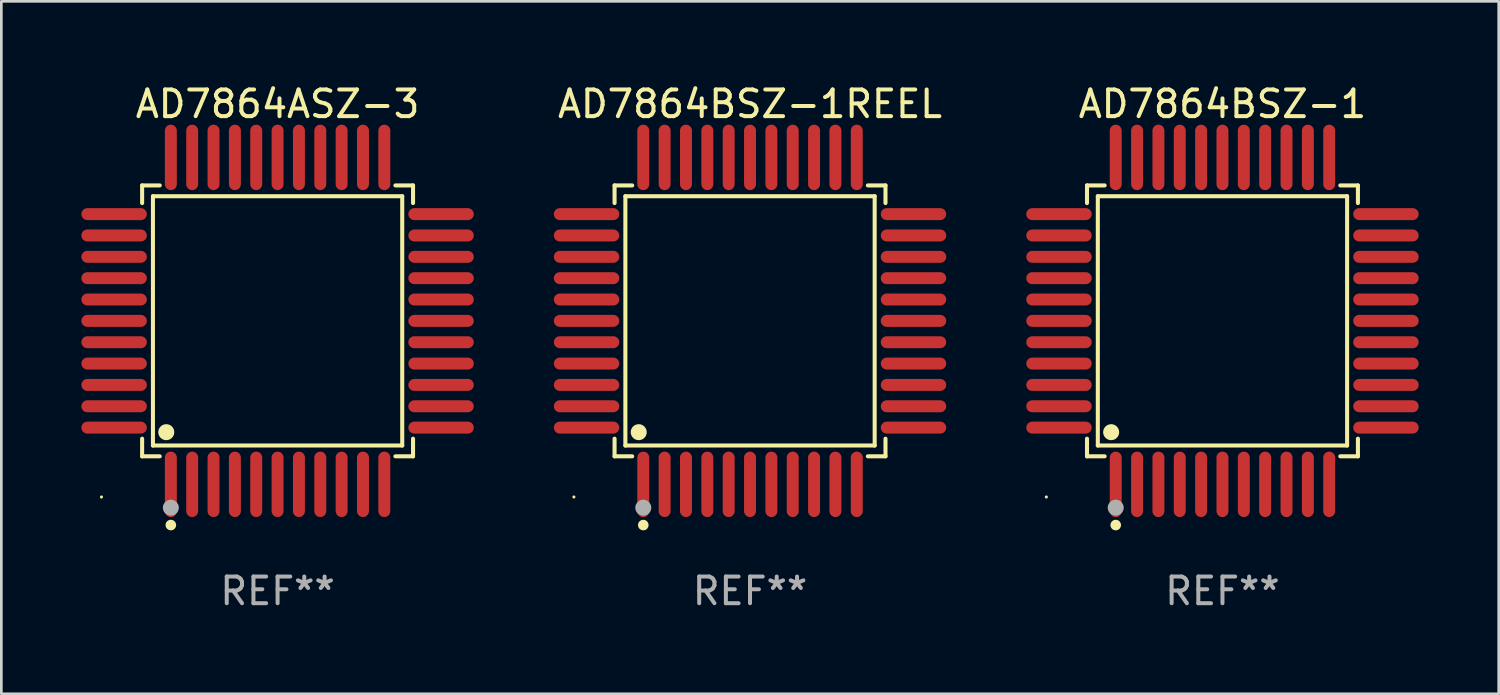
<source format=kicad_pcb>
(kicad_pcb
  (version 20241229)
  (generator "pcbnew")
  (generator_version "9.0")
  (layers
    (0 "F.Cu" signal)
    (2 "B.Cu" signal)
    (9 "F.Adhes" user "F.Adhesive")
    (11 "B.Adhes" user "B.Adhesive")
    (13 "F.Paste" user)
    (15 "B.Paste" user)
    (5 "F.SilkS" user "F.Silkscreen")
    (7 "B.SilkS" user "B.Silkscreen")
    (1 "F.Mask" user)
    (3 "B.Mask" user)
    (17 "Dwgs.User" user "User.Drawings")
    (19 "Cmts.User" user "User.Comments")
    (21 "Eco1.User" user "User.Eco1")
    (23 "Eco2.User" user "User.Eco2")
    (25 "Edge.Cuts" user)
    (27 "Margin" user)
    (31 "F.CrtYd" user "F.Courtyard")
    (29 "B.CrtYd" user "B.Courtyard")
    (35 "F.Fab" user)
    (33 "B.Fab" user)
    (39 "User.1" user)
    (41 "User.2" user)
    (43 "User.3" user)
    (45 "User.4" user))
  (footprint "AD7864BSZ-1REEL"
    (layer "F.Cu")
    (at 25.056 8.974)
    (property "Reference" "AD7864BSZ-1REEL" (at 0 -8.126 0) (layer "F.SilkS") (effects (font (size 1 1) (thickness 0.15))))
    (attr through_hole)
    (fp_line (start -5.076 -5.076) (end -4.415 -5.076) (stroke (width 0.152) (type solid)) (layer "F.SilkS"))
    (fp_line (start -5.076 -4.415) (end -5.076 -5.076) (stroke (width 0.152) (type solid)) (layer "F.SilkS"))
    (fp_line (start -5.076 4.415) (end -5.076 5.076) (stroke (width 0.152) (type solid)) (layer "F.SilkS"))
    (fp_line (start -5.076 5.076) (end -4.415 5.076) (stroke (width 0.152) (type solid)) (layer "F.SilkS"))
    (fp_line (start -4.671 -4.671) (end 4.671 -4.671) (stroke (width 0.152) (type solid)) (layer "F.SilkS"))
    (fp_line (start -4.671 4.671) (end -4.671 -4.671) (stroke (width 0.152) (type solid)) (layer "F.SilkS"))
    (fp_line (start 4.671 -4.671) (end 4.671 4.671) (stroke (width 0.152) (type solid)) (layer "F.SilkS"))
    (fp_line (start 4.671 4.671) (end -4.671 4.671) (stroke (width 0.152) (type solid)) (layer "F.SilkS"))
    (fp_line (start 5.076 -5.076) (end 4.415 -5.076) (stroke (width 0.152) (type solid)) (layer "F.SilkS"))
    (fp_line (start 5.076 -4.415) (end 5.076 -5.076) (stroke (width 0.152) (type solid)) (layer "F.SilkS"))
    (fp_line (start 5.076 4.415) (end 5.076 5.076) (stroke (width 0.152) (type solid)) (layer "F.SilkS"))
    (fp_line (start 5.076 5.076) (end 4.415 5.076) (stroke (width 0.152) (type solid)) (layer "F.SilkS"))
    (fp_circle (center -6.6 6.6) (end -6.57 6.6) (stroke (width 0.06) (type solid)) (fill no) (layer "F.SilkS"))
    (fp_circle (center -4.171 4.171) (end -4.021 4.171) (stroke (width 0.3) (type solid)) (fill no) (layer "F.SilkS"))
    (fp_circle (center -4 7.652) (end -3.9 7.652) (stroke (width 0.2) (type solid)) (fill no) (layer "F.SilkS"))
    (fp_circle (center -4 7) (end -3.85 7) (stroke (width 0.3) (type solid)) (fill no) (layer "F.Fab"))
    (fp_text user "REF**" (at 0 10.126 0) (layer "F.Fab") (effects (font (size 1 1) (thickness 0.15))))
    (pad "1" smd oval (at -4 6.126) (size 0.448 2.452) (layers "F.Cu" "F.Mask" "F.Paste"))
    (pad "2" smd oval (at -3.2 6.126) (size 0.448 2.452) (layers "F.Cu" "F.Mask" "F.Paste"))
    (pad "3" smd oval (at -2.4 6.126) (size 0.448 2.452) (layers "F.Cu" "F.Mask" "F.Paste"))
    (pad "4" smd oval (at -1.6 6.126) (size 0.448 2.452) (layers "F.Cu" "F.Mask" "F.Paste"))
    (pad "5" smd oval (at -0.8 6.126) (size 0.448 2.452) (layers "F.Cu" "F.Mask" "F.Paste"))
    (pad "6" smd oval (at 0 6.126) (size 0.448 2.452) (layers "F.Cu" "F.Mask" "F.Paste"))
    (pad "7" smd oval (at 0.8 6.126) (size 0.448 2.452) (layers "F.Cu" "F.Mask" "F.Paste"))
    (pad "8" smd oval (at 1.6 6.126) (size 0.448 2.452) (layers "F.Cu" "F.Mask" "F.Paste"))
    (pad "9" smd oval (at 2.4 6.126) (size 0.448 2.452) (layers "F.Cu" "F.Mask" "F.Paste"))
    (pad "10" smd oval (at 3.2 6.126) (size 0.448 2.452) (layers "F.Cu" "F.Mask" "F.Paste"))
    (pad "11" smd oval (at 4 6.126) (size 0.448 2.452) (layers "F.Cu" "F.Mask" "F.Paste"))
    (pad "12" smd oval (at 6.126 4) (size 2.452 0.448) (layers "F.Cu" "F.Mask" "F.Paste"))
    (pad "13" smd oval (at 6.126 3.2) (size 2.452 0.448) (layers "F.Cu" "F.Mask" "F.Paste"))
    (pad "14" smd oval (at 6.126 2.4) (size 2.452 0.448) (layers "F.Cu" "F.Mask" "F.Paste"))
    (pad "15" smd oval (at 6.126 1.6) (size 2.452 0.448) (layers "F.Cu" "F.Mask" "F.Paste"))
    (pad "16" smd oval (at 6.126 0.8) (size 2.452 0.448) (layers "F.Cu" "F.Mask" "F.Paste"))
    (pad "17" smd oval (at 6.126 0) (size 2.452 0.448) (layers "F.Cu" "F.Mask" "F.Paste"))
    (pad "18" smd oval (at 6.126 -0.8) (size 2.452 0.448) (layers "F.Cu" "F.Mask" "F.Paste"))
    (pad "19" smd oval (at 6.126 -1.6) (size 2.452 0.448) (layers "F.Cu" "F.Mask" "F.Paste"))
    (pad "20" smd oval (at 6.126 -2.4) (size 2.452 0.448) (layers "F.Cu" "F.Mask" "F.Paste"))
    (pad "21" smd oval (at 6.126 -3.2) (size 2.452 0.448) (layers "F.Cu" "F.Mask" "F.Paste"))
    (pad "22" smd oval (at 6.126 -4) (size 2.452 0.448) (layers "F.Cu" "F.Mask" "F.Paste"))
    (pad "23" smd oval (at 4 -6.126) (size 0.448 2.452) (layers "F.Cu" "F.Mask" "F.Paste"))
    (pad "24" smd oval (at 3.2 -6.126) (size 0.448 2.452) (layers "F.Cu" "F.Mask" "F.Paste"))
    (pad "25" smd oval (at 2.4 -6.126) (size 0.448 2.452) (layers "F.Cu" "F.Mask" "F.Paste"))
    (pad "26" smd oval (at 1.6 -6.126) (size 0.448 2.452) (layers "F.Cu" "F.Mask" "F.Paste"))
    (pad "27" smd oval (at 0.8 -6.126) (size 0.448 2.452) (layers "F.Cu" "F.Mask" "F.Paste"))
    (pad "28" smd oval (at 0 -6.126) (size 0.448 2.452) (layers "F.Cu" "F.Mask" "F.Paste"))
    (pad "29" smd oval (at -0.8 -6.126) (size 0.448 2.452) (layers "F.Cu" "F.Mask" "F.Paste"))
    (pad "30" smd oval (at -1.6 -6.126) (size 0.448 2.452) (layers "F.Cu" "F.Mask" "F.Paste"))
    (pad "31" smd oval (at -2.4 -6.126) (size 0.448 2.452) (layers "F.Cu" "F.Mask" "F.Paste"))
    (pad "32" smd oval (at -3.2 -6.126) (size 0.448 2.452) (layers "F.Cu" "F.Mask" "F.Paste"))
    (pad "33" smd oval (at -4 -6.126) (size 0.448 2.452) (layers "F.Cu" "F.Mask" "F.Paste"))
    (pad "34" smd oval (at -6.126 -4) (size 2.452 0.448) (layers "F.Cu" "F.Mask" "F.Paste"))
    (pad "35" smd oval (at -6.126 -3.2) (size 2.452 0.448) (layers "F.Cu" "F.Mask" "F.Paste"))
    (pad "36" smd oval (at -6.126 -2.4) (size 2.452 0.448) (layers "F.Cu" "F.Mask" "F.Paste"))
    (pad "37" smd oval (at -6.126 -1.6) (size 2.452 0.448) (layers "F.Cu" "F.Mask" "F.Paste"))
    (pad "38" smd oval (at -6.126 -0.8) (size 2.452 0.448) (layers "F.Cu" "F.Mask" "F.Paste"))
    (pad "39" smd oval (at -6.126 0) (size 2.452 0.448) (layers "F.Cu" "F.Mask" "F.Paste"))
    (pad "40" smd oval (at -6.126 0.8) (size 2.452 0.448) (layers "F.Cu" "F.Mask" "F.Paste"))
    (pad "41" smd oval (at -6.126 1.6) (size 2.452 0.448) (layers "F.Cu" "F.Mask" "F.Paste"))
    (pad "42" smd oval (at -6.126 2.4) (size 2.452 0.448) (layers "F.Cu" "F.Mask" "F.Paste"))
    (pad "43" smd oval (at -6.126 3.2) (size 2.452 0.448) (layers "F.Cu" "F.Mask" "F.Paste"))
    (pad "44" smd oval (at -6.126 4) (size 2.452 0.448) (layers "F.Cu" "F.Mask" "F.Paste")))
  (footprint "AD7864BSZ-1"
    (layer "F.Cu")
    (at 42.76 8.974)
    (property "Reference" "AD7864BSZ-1" (at 0 -8.126 0) (layer "F.SilkS") (effects (font (size 1 1) (thickness 0.15))))
    (attr through_hole)
    (fp_line (start -5.076 -5.076) (end -4.415 -5.076) (stroke (width 0.152) (type solid)) (layer "F.SilkS"))
    (fp_line (start -5.076 -4.415) (end -5.076 -5.076) (stroke (width 0.152) (type solid)) (layer "F.SilkS"))
    (fp_line (start -5.076 4.415) (end -5.076 5.076) (stroke (width 0.152) (type solid)) (layer "F.SilkS"))
    (fp_line (start -5.076 5.076) (end -4.415 5.076) (stroke (width 0.152) (type solid)) (layer "F.SilkS"))
    (fp_line (start -4.671 -4.671) (end 4.671 -4.671) (stroke (width 0.152) (type solid)) (layer "F.SilkS"))
    (fp_line (start -4.671 4.671) (end -4.671 -4.671) (stroke (width 0.152) (type solid)) (layer "F.SilkS"))
    (fp_line (start 4.671 -4.671) (end 4.671 4.671) (stroke (width 0.152) (type solid)) (layer "F.SilkS"))
    (fp_line (start 4.671 4.671) (end -4.671 4.671) (stroke (width 0.152) (type solid)) (layer "F.SilkS"))
    (fp_line (start 5.076 -5.076) (end 4.415 -5.076) (stroke (width 0.152) (type solid)) (layer "F.SilkS"))
    (fp_line (start 5.076 -4.415) (end 5.076 -5.076) (stroke (width 0.152) (type solid)) (layer "F.SilkS"))
    (fp_line (start 5.076 4.415) (end 5.076 5.076) (stroke (width 0.152) (type solid)) (layer "F.SilkS"))
    (fp_line (start 5.076 5.076) (end 4.415 5.076) (stroke (width 0.152) (type solid)) (layer "F.SilkS"))
    (fp_circle (center -6.6 6.6) (end -6.57 6.6) (stroke (width 0.06) (type solid)) (fill no) (layer "F.SilkS"))
    (fp_circle (center -4.171 4.171) (end -4.021 4.171) (stroke (width 0.3) (type solid)) (fill no) (layer "F.SilkS"))
    (fp_circle (center -4 7.652) (end -3.9 7.652) (stroke (width 0.2) (type solid)) (fill no) (layer "F.SilkS"))
    (fp_circle (center -4 7) (end -3.85 7) (stroke (width 0.3) (type solid)) (fill no) (layer "F.Fab"))
    (fp_text user "REF**" (at 0 10.126 0) (layer "F.Fab") (effects (font (size 1 1) (thickness 0.15))))
    (pad "1" smd oval (at -4 6.126) (size 0.448 2.452) (layers "F.Cu" "F.Mask" "F.Paste"))
    (pad "2" smd oval (at -3.2 6.126) (size 0.448 2.452) (layers "F.Cu" "F.Mask" "F.Paste"))
    (pad "3" smd oval (at -2.4 6.126) (size 0.448 2.452) (layers "F.Cu" "F.Mask" "F.Paste"))
    (pad "4" smd oval (at -1.6 6.126) (size 0.448 2.452) (layers "F.Cu" "F.Mask" "F.Paste"))
    (pad "5" smd oval (at -0.8 6.126) (size 0.448 2.452) (layers "F.Cu" "F.Mask" "F.Paste"))
    (pad "6" smd oval (at 0 6.126) (size 0.448 2.452) (layers "F.Cu" "F.Mask" "F.Paste"))
    (pad "7" smd oval (at 0.8 6.126) (size 0.448 2.452) (layers "F.Cu" "F.Mask" "F.Paste"))
    (pad "8" smd oval (at 1.6 6.126) (size 0.448 2.452) (layers "F.Cu" "F.Mask" "F.Paste"))
    (pad "9" smd oval (at 2.4 6.126) (size 0.448 2.452) (layers "F.Cu" "F.Mask" "F.Paste"))
    (pad "10" smd oval (at 3.2 6.126) (size 0.448 2.452) (layers "F.Cu" "F.Mask" "F.Paste"))
    (pad "11" smd oval (at 4 6.126) (size 0.448 2.452) (layers "F.Cu" "F.Mask" "F.Paste"))
    (pad "12" smd oval (at 6.126 4) (size 2.452 0.448) (layers "F.Cu" "F.Mask" "F.Paste"))
    (pad "13" smd oval (at 6.126 3.2) (size 2.452 0.448) (layers "F.Cu" "F.Mask" "F.Paste"))
    (pad "14" smd oval (at 6.126 2.4) (size 2.452 0.448) (layers "F.Cu" "F.Mask" "F.Paste"))
    (pad "15" smd oval (at 6.126 1.6) (size 2.452 0.448) (layers "F.Cu" "F.Mask" "F.Paste"))
    (pad "16" smd oval (at 6.126 0.8) (size 2.452 0.448) (layers "F.Cu" "F.Mask" "F.Paste"))
    (pad "17" smd oval (at 6.126 0) (size 2.452 0.448) (layers "F.Cu" "F.Mask" "F.Paste"))
    (pad "18" smd oval (at 6.126 -0.8) (size 2.452 0.448) (layers "F.Cu" "F.Mask" "F.Paste"))
    (pad "19" smd oval (at 6.126 -1.6) (size 2.452 0.448) (layers "F.Cu" "F.Mask" "F.Paste"))
    (pad "20" smd oval (at 6.126 -2.4) (size 2.452 0.448) (layers "F.Cu" "F.Mask" "F.Paste"))
    (pad "21" smd oval (at 6.126 -3.2) (size 2.452 0.448) (layers "F.Cu" "F.Mask" "F.Paste"))
    (pad "22" smd oval (at 6.126 -4) (size 2.452 0.448) (layers "F.Cu" "F.Mask" "F.Paste"))
    (pad "23" smd oval (at 4 -6.126) (size 0.448 2.452) (layers "F.Cu" "F.Mask" "F.Paste"))
    (pad "24" smd oval (at 3.2 -6.126) (size 0.448 2.452) (layers "F.Cu" "F.Mask" "F.Paste"))
    (pad "25" smd oval (at 2.4 -6.126) (size 0.448 2.452) (layers "F.Cu" "F.Mask" "F.Paste"))
    (pad "26" smd oval (at 1.6 -6.126) (size 0.448 2.452) (layers "F.Cu" "F.Mask" "F.Paste"))
    (pad "27" smd oval (at 0.8 -6.126) (size 0.448 2.452) (layers "F.Cu" "F.Mask" "F.Paste"))
    (pad "28" smd oval (at 0 -6.126) (size 0.448 2.452) (layers "F.Cu" "F.Mask" "F.Paste"))
    (pad "29" smd oval (at -0.8 -6.126) (size 0.448 2.452) (layers "F.Cu" "F.Mask" "F.Paste"))
    (pad "30" smd oval (at -1.6 -6.126) (size 0.448 2.452) (layers "F.Cu" "F.Mask" "F.Paste"))
    (pad "31" smd oval (at -2.4 -6.126) (size 0.448 2.452) (layers "F.Cu" "F.Mask" "F.Paste"))
    (pad "32" smd oval (at -3.2 -6.126) (size 0.448 2.452) (layers "F.Cu" "F.Mask" "F.Paste"))
    (pad "33" smd oval (at -4 -6.126) (size 0.448 2.452) (layers "F.Cu" "F.Mask" "F.Paste"))
    (pad "34" smd oval (at -6.126 -4) (size 2.452 0.448) (layers "F.Cu" "F.Mask" "F.Paste"))
    (pad "35" smd oval (at -6.126 -3.2) (size 2.452 0.448) (layers "F.Cu" "F.Mask" "F.Paste"))
    (pad "36" smd oval (at -6.126 -2.4) (size 2.452 0.448) (layers "F.Cu" "F.Mask" "F.Paste"))
    (pad "37" smd oval (at -6.126 -1.6) (size 2.452 0.448) (layers "F.Cu" "F.Mask" "F.Paste"))
    (pad "38" smd oval (at -6.126 -0.8) (size 2.452 0.448) (layers "F.Cu" "F.Mask" "F.Paste"))
    (pad "39" smd oval (at -6.126 0) (size 2.452 0.448) (layers "F.Cu" "F.Mask" "F.Paste"))
    (pad "40" smd oval (at -6.126 0.8) (size 2.452 0.448) (layers "F.Cu" "F.Mask" "F.Paste"))
    (pad "41" smd oval (at -6.126 1.6) (size 2.452 0.448) (layers "F.Cu" "F.Mask" "F.Paste"))
    (pad "42" smd oval (at -6.126 2.4) (size 2.452 0.448) (layers "F.Cu" "F.Mask" "F.Paste"))
    (pad "43" smd oval (at -6.126 3.2) (size 2.452 0.448) (layers "F.Cu" "F.Mask" "F.Paste"))
    (pad "44" smd oval (at -6.126 4) (size 2.452 0.448) (layers "F.Cu" "F.Mask" "F.Paste")))
  (footprint "AD7864ASZ-3"
    (layer "F.Cu")
    (at 7.352 8.974)
    (property "Reference" "AD7864ASZ-3" (at 0 -8.126 0) (layer "F.SilkS") (effects (font (size 1 1) (thickness 0.15))))
    (attr through_hole)
    (fp_line (start -5.076 -5.076) (end -4.415 -5.076) (stroke (width 0.152) (type solid)) (layer "F.SilkS"))
    (fp_line (start -5.076 -4.415) (end -5.076 -5.076) (stroke (width 0.152) (type solid)) (layer "F.SilkS"))
    (fp_line (start -5.076 4.415) (end -5.076 5.076) (stroke (width 0.152) (type solid)) (layer "F.SilkS"))
    (fp_line (start -5.076 5.076) (end -4.415 5.076) (stroke (width 0.152) (type solid)) (layer "F.SilkS"))
    (fp_line (start -4.671 -4.671) (end 4.671 -4.671) (stroke (width 0.152) (type solid)) (layer "F.SilkS"))
    (fp_line (start -4.671 4.671) (end -4.671 -4.671) (stroke (width 0.152) (type solid)) (layer "F.SilkS"))
    (fp_line (start 4.671 -4.671) (end 4.671 4.671) (stroke (width 0.152) (type solid)) (layer "F.SilkS"))
    (fp_line (start 4.671 4.671) (end -4.671 4.671) (stroke (width 0.152) (type solid)) (layer "F.SilkS"))
    (fp_line (start 5.076 -5.076) (end 4.415 -5.076) (stroke (width 0.152) (type solid)) (layer "F.SilkS"))
    (fp_line (start 5.076 -4.415) (end 5.076 -5.076) (stroke (width 0.152) (type solid)) (layer "F.SilkS"))
    (fp_line (start 5.076 4.415) (end 5.076 5.076) (stroke (width 0.152) (type solid)) (layer "F.SilkS"))
    (fp_line (start 5.076 5.076) (end 4.415 5.076) (stroke (width 0.152) (type solid)) (layer "F.SilkS"))
    (fp_circle (center -6.6 6.6) (end -6.57 6.6) (stroke (width 0.06) (type solid)) (fill no) (layer "F.SilkS"))
    (fp_circle (center -4.171 4.171) (end -4.021 4.171) (stroke (width 0.3) (type solid)) (fill no) (layer "F.SilkS"))
    (fp_circle (center -4 7.652) (end -3.9 7.652) (stroke (width 0.2) (type solid)) (fill no) (layer "F.SilkS"))
    (fp_circle (center -4 7) (end -3.85 7) (stroke (width 0.3) (type solid)) (fill no) (layer "F.Fab"))
    (fp_text user "REF**" (at 0 10.126 0) (layer "F.Fab") (effects (font (size 1 1) (thickness 0.15))))
    (pad "1" smd oval (at -4 6.126) (size 0.448 2.452) (layers "F.Cu" "F.Mask" "F.Paste"))
    (pad "2" smd oval (at -3.2 6.126) (size 0.448 2.452) (layers "F.Cu" "F.Mask" "F.Paste"))
    (pad "3" smd oval (at -2.4 6.126) (size 0.448 2.452) (layers "F.Cu" "F.Mask" "F.Paste"))
    (pad "4" smd oval (at -1.6 6.126) (size 0.448 2.452) (layers "F.Cu" "F.Mask" "F.Paste"))
    (pad "5" smd oval (at -0.8 6.126) (size 0.448 2.452) (layers "F.Cu" "F.Mask" "F.Paste"))
    (pad "6" smd oval (at 0 6.126) (size 0.448 2.452) (layers "F.Cu" "F.Mask" "F.Paste"))
    (pad "7" smd oval (at 0.8 6.126) (size 0.448 2.452) (layers "F.Cu" "F.Mask" "F.Paste"))
    (pad "8" smd oval (at 1.6 6.126) (size 0.448 2.452) (layers "F.Cu" "F.Mask" "F.Paste"))
    (pad "9" smd oval (at 2.4 6.126) (size 0.448 2.452) (layers "F.Cu" "F.Mask" "F.Paste"))
    (pad "10" smd oval (at 3.2 6.126) (size 0.448 2.452) (layers "F.Cu" "F.Mask" "F.Paste"))
    (pad "11" smd oval (at 4 6.126) (size 0.448 2.452) (layers "F.Cu" "F.Mask" "F.Paste"))
    (pad "12" smd oval (at 6.126 4) (size 2.452 0.448) (layers "F.Cu" "F.Mask" "F.Paste"))
    (pad "13" smd oval (at 6.126 3.2) (size 2.452 0.448) (layers "F.Cu" "F.Mask" "F.Paste"))
    (pad "14" smd oval (at 6.126 2.4) (size 2.452 0.448) (layers "F.Cu" "F.Mask" "F.Paste"))
    (pad "15" smd oval (at 6.126 1.6) (size 2.452 0.448) (layers "F.Cu" "F.Mask" "F.Paste"))
    (pad "16" smd oval (at 6.126 0.8) (size 2.452 0.448) (layers "F.Cu" "F.Mask" "F.Paste"))
    (pad "17" smd oval (at 6.126 0) (size 2.452 0.448) (layers "F.Cu" "F.Mask" "F.Paste"))
    (pad "18" smd oval (at 6.126 -0.8) (size 2.452 0.448) (layers "F.Cu" "F.Mask" "F.Paste"))
    (pad "19" smd oval (at 6.126 -1.6) (size 2.452 0.448) (layers "F.Cu" "F.Mask" "F.Paste"))
    (pad "20" smd oval (at 6.126 -2.4) (size 2.452 0.448) (layers "F.Cu" "F.Mask" "F.Paste"))
    (pad "21" smd oval (at 6.126 -3.2) (size 2.452 0.448) (layers "F.Cu" "F.Mask" "F.Paste"))
    (pad "22" smd oval (at 6.126 -4) (size 2.452 0.448) (layers "F.Cu" "F.Mask" "F.Paste"))
    (pad "23" smd oval (at 4 -6.126) (size 0.448 2.452) (layers "F.Cu" "F.Mask" "F.Paste"))
    (pad "24" smd oval (at 3.2 -6.126) (size 0.448 2.452) (layers "F.Cu" "F.Mask" "F.Paste"))
    (pad "25" smd oval (at 2.4 -6.126) (size 0.448 2.452) (layers "F.Cu" "F.Mask" "F.Paste"))
    (pad "26" smd oval (at 1.6 -6.126) (size 0.448 2.452) (layers "F.Cu" "F.Mask" "F.Paste"))
    (pad "27" smd oval (at 0.8 -6.126) (size 0.448 2.452) (layers "F.Cu" "F.Mask" "F.Paste"))
    (pad "28" smd oval (at 0 -6.126) (size 0.448 2.452) (layers "F.Cu" "F.Mask" "F.Paste"))
    (pad "29" smd oval (at -0.8 -6.126) (size 0.448 2.452) (layers "F.Cu" "F.Mask" "F.Paste"))
    (pad "30" smd oval (at -1.6 -6.126) (size 0.448 2.452) (layers "F.Cu" "F.Mask" "F.Paste"))
    (pad "31" smd oval (at -2.4 -6.126) (size 0.448 2.452) (layers "F.Cu" "F.Mask" "F.Paste"))
    (pad "32" smd oval (at -3.2 -6.126) (size 0.448 2.452) (layers "F.Cu" "F.Mask" "F.Paste"))
    (pad "33" smd oval (at -4 -6.126) (size 0.448 2.452) (layers "F.Cu" "F.Mask" "F.Paste"))
    (pad "34" smd oval (at -6.126 -4) (size 2.452 0.448) (layers "F.Cu" "F.Mask" "F.Paste"))
    (pad "35" smd oval (at -6.126 -3.2) (size 2.452 0.448) (layers "F.Cu" "F.Mask" "F.Paste"))
    (pad "36" smd oval (at -6.126 -2.4) (size 2.452 0.448) (layers "F.Cu" "F.Mask" "F.Paste"))
    (pad "37" smd oval (at -6.126 -1.6) (size 2.452 0.448) (layers "F.Cu" "F.Mask" "F.Paste"))
    (pad "38" smd oval (at -6.126 -0.8) (size 2.452 0.448) (layers "F.Cu" "F.Mask" "F.Paste"))
    (pad "39" smd oval (at -6.126 0) (size 2.452 0.448) (layers "F.Cu" "F.Mask" "F.Paste"))
    (pad "40" smd oval (at -6.126 0.8) (size 2.452 0.448) (layers "F.Cu" "F.Mask" "F.Paste"))
    (pad "41" smd oval (at -6.126 1.6) (size 2.452 0.448) (layers "F.Cu" "F.Mask" "F.Paste"))
    (pad "42" smd oval (at -6.126 2.4) (size 2.452 0.448) (layers "F.Cu" "F.Mask" "F.Paste"))
    (pad "43" smd oval (at -6.126 3.2) (size 2.452 0.448) (layers "F.Cu" "F.Mask" "F.Paste"))
    (pad "44" smd oval (at -6.126 4) (size 2.452 0.448) (layers "F.Cu" "F.Mask" "F.Paste")))
  (gr_rect
    (start -3 -3)
    (end 53.112 22.948)
    (stroke (width 0.1) (type default))
    (fill no)
    (layer "Edge.Cuts")))
</source>
